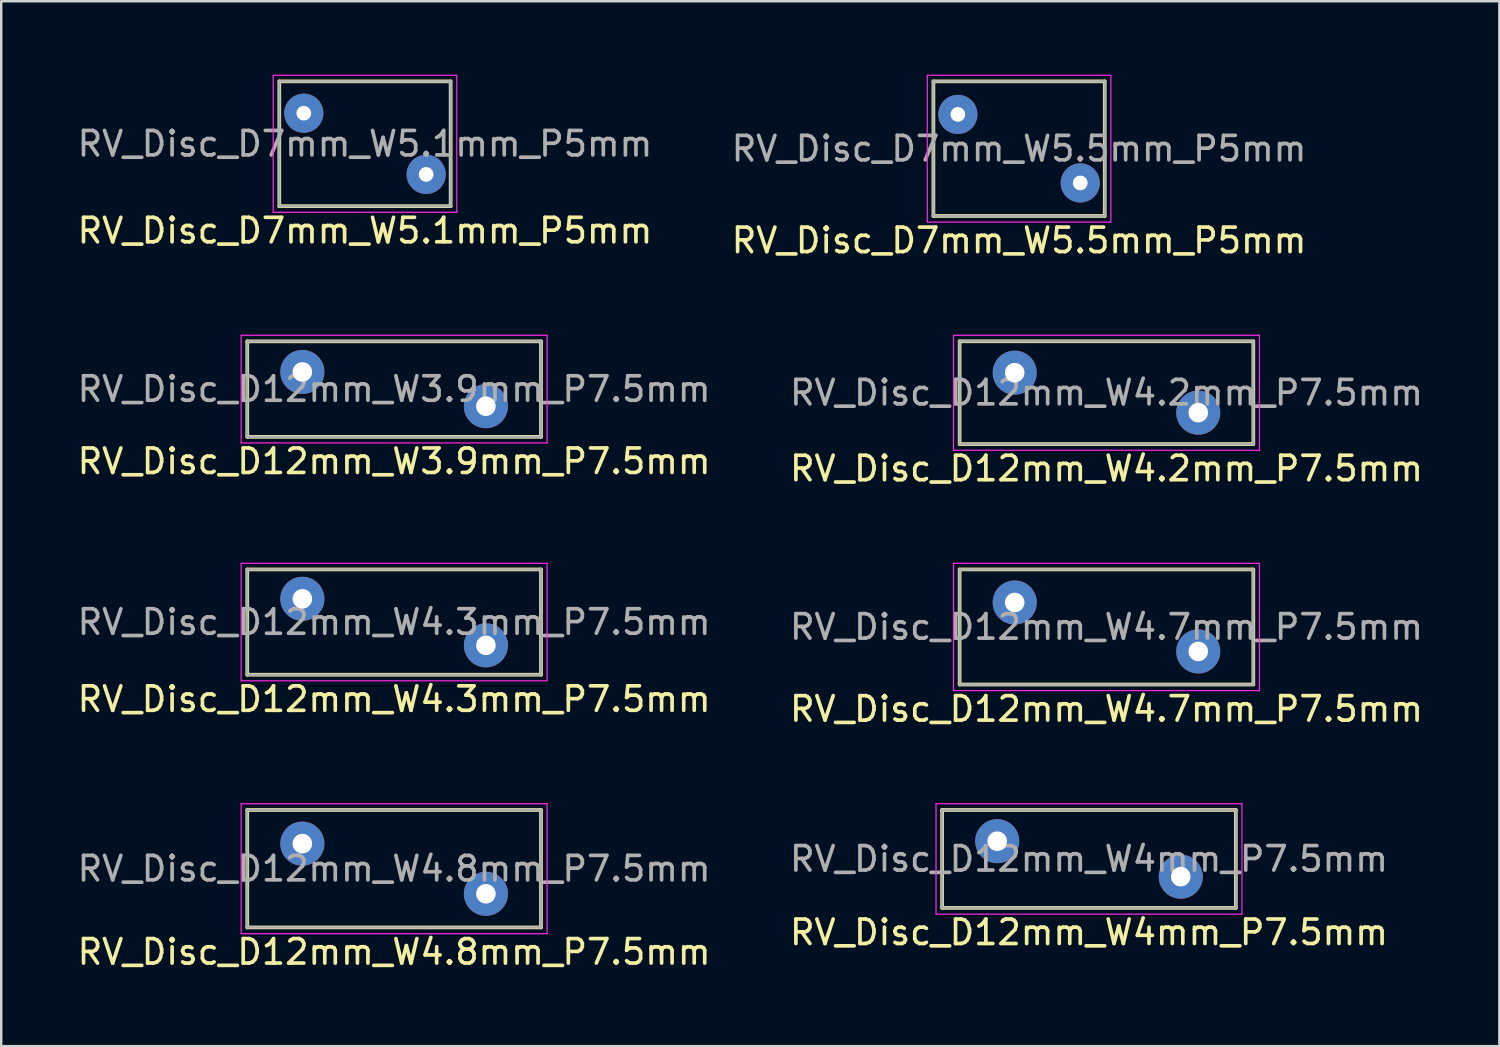
<source format=kicad_pcb>
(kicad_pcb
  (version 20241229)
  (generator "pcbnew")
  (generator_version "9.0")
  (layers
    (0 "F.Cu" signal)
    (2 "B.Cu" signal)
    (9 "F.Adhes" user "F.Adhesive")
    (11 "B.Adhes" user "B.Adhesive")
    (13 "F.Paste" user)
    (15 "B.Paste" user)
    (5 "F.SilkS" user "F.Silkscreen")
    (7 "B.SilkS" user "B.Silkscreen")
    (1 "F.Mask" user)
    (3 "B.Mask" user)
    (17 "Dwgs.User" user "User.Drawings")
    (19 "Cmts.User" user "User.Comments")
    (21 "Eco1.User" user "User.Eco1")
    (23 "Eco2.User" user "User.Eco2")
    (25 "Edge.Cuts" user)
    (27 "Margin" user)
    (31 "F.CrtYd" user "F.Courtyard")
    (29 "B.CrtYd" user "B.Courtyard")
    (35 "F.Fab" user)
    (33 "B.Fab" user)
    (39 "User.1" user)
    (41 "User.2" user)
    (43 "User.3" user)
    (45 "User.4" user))
  (footprint "RV_Disc_D12mm_W4.3mm_P7.5mm"
    (layer "F.Cu")
    (at 9.304 21.418)
    (property "Reference" "RV_Disc_D12mm_W4.3mm_P7.5mm" (at 3.75 4.1 0) (layer "F.SilkS") (effects (font (size 1 1) (thickness 0.15))))
    (attr through_hole)
    (fp_line (start -2.25 -1.2) (end -2.25 3.1) (stroke (width 0.15) (type solid)) (layer "F.SilkS"))
    (fp_line (start -2.25 -1.2) (end 9.75 -1.2) (stroke (width 0.15) (type solid)) (layer "F.SilkS"))
    (fp_line (start -2.25 3.1) (end 9.75 3.1) (stroke (width 0.15) (type solid)) (layer "F.SilkS"))
    (fp_line (start 9.75 -1.2) (end 9.75 3.1) (stroke (width 0.15) (type solid)) (layer "F.SilkS"))
    (fp_line (start -2.5 -1.45) (end -2.5 3.35) (stroke (width 0.05) (type solid)) (layer "F.CrtYd"))
    (fp_line (start -2.5 -1.45) (end 10 -1.45) (stroke (width 0.05) (type solid)) (layer "F.CrtYd"))
    (fp_line (start -2.5 3.35) (end 10 3.35) (stroke (width 0.05) (type solid)) (layer "F.CrtYd"))
    (fp_line (start 10 -1.45) (end 10 3.35) (stroke (width 0.05) (type solid)) (layer "F.CrtYd"))
    (fp_line (start -2.25 -1.2) (end -2.25 3.1) (stroke (width 0.1) (type solid)) (layer "F.Fab"))
    (fp_line (start -2.25 -1.2) (end 9.75 -1.2) (stroke (width 0.1) (type solid)) (layer "F.Fab"))
    (fp_line (start -2.25 3.1) (end 9.75 3.1) (stroke (width 0.1) (type solid)) (layer "F.Fab"))
    (fp_line (start 9.75 -1.2) (end 9.75 3.1) (stroke (width 0.1) (type solid)) (layer "F.Fab"))
    (fp_text user "${REFERENCE}" (at 3.75 0.95 0) (layer "F.Fab") (effects (font (size 1 1) (thickness 0.15))))
    (pad "1" thru_hole circle (at 0 0) (size 1.8 1.8) (drill 0.8) (layers "*.Cu" "*.Mask"))
    (pad "2" thru_hole circle (at 7.5 1.9) (size 1.8 1.8) (drill 0.8) (layers "*.Cu" "*.Mask")))
  (footprint "RV_Disc_D12mm_W4mm_P7.5mm"
    (layer "F.Cu")
    (at 37.696 31.321)
    (property "Reference" "RV_Disc_D12mm_W4mm_P7.5mm" (at 3.75 3.725 0) (layer "F.SilkS") (effects (font (size 1 1) (thickness 0.15))))
    (attr through_hole)
    (fp_line (start -2.25 -1.275) (end -2.25 2.725) (stroke (width 0.15) (type solid)) (layer "F.SilkS"))
    (fp_line (start -2.25 -1.275) (end 9.75 -1.275) (stroke (width 0.15) (type solid)) (layer "F.SilkS"))
    (fp_line (start -2.25 2.725) (end 9.75 2.725) (stroke (width 0.15) (type solid)) (layer "F.SilkS"))
    (fp_line (start 9.75 -1.275) (end 9.75 2.725) (stroke (width 0.15) (type solid)) (layer "F.SilkS"))
    (fp_line (start -2.5 -1.53) (end -2.5 2.98) (stroke (width 0.05) (type solid)) (layer "F.CrtYd"))
    (fp_line (start -2.5 -1.53) (end 10 -1.53) (stroke (width 0.05) (type solid)) (layer "F.CrtYd"))
    (fp_line (start -2.5 2.98) (end 10 2.98) (stroke (width 0.05) (type solid)) (layer "F.CrtYd"))
    (fp_line (start 10 -1.53) (end 10 2.98) (stroke (width 0.05) (type solid)) (layer "F.CrtYd"))
    (fp_line (start -2.25 -1.275) (end -2.25 2.725) (stroke (width 0.1) (type solid)) (layer "F.Fab"))
    (fp_line (start -2.25 -1.275) (end 9.75 -1.275) (stroke (width 0.1) (type solid)) (layer "F.Fab"))
    (fp_line (start -2.25 2.725) (end 9.75 2.725) (stroke (width 0.1) (type solid)) (layer "F.Fab"))
    (fp_line (start 9.75 -1.275) (end 9.75 2.725) (stroke (width 0.1) (type solid)) (layer "F.Fab"))
    (fp_text user "${REFERENCE}" (at 3.75 0.725 0) (layer "F.Fab") (effects (font (size 1 1) (thickness 0.15))))
    (pad "1" thru_hole circle (at 0 0) (size 1.8 1.8) (drill 0.8) (layers "*.Cu" "*.Mask"))
    (pad "2" thru_hole circle (at 7.5 1.45) (size 1.8 1.8) (drill 0.8) (layers "*.Cu" "*.Mask")))
  (footprint "RV_Disc_D12mm_W3.9mm_P7.5mm"
    (layer "F.Cu")
    (at 9.304 12.148)
    (property "Reference" "RV_Disc_D12mm_W3.9mm_P7.5mm" (at 3.75 3.65 0) (layer "F.SilkS") (effects (font (size 1 1) (thickness 0.15))))
    (attr through_hole)
    (fp_line (start -2.25 -1.25) (end -2.25 2.65) (stroke (width 0.15) (type solid)) (layer "F.SilkS"))
    (fp_line (start -2.25 -1.25) (end 9.75 -1.25) (stroke (width 0.15) (type solid)) (layer "F.SilkS"))
    (fp_line (start -2.25 2.65) (end 9.75 2.65) (stroke (width 0.15) (type solid)) (layer "F.SilkS"))
    (fp_line (start 9.75 -1.25) (end 9.75 2.65) (stroke (width 0.15) (type solid)) (layer "F.SilkS"))
    (fp_line (start -2.5 -1.5) (end -2.5 2.9) (stroke (width 0.05) (type solid)) (layer "F.CrtYd"))
    (fp_line (start -2.5 -1.5) (end 10 -1.5) (stroke (width 0.05) (type solid)) (layer "F.CrtYd"))
    (fp_line (start -2.5 2.9) (end 10 2.9) (stroke (width 0.05) (type solid)) (layer "F.CrtYd"))
    (fp_line (start 10 -1.5) (end 10 2.9) (stroke (width 0.05) (type solid)) (layer "F.CrtYd"))
    (fp_line (start -2.25 -1.25) (end -2.25 2.65) (stroke (width 0.1) (type solid)) (layer "F.Fab"))
    (fp_line (start -2.25 -1.25) (end 9.75 -1.25) (stroke (width 0.1) (type solid)) (layer "F.Fab"))
    (fp_line (start -2.25 2.65) (end 9.75 2.65) (stroke (width 0.1) (type solid)) (layer "F.Fab"))
    (fp_line (start 9.75 -1.25) (end 9.75 2.65) (stroke (width 0.1) (type solid)) (layer "F.Fab"))
    (fp_text user "${REFERENCE}" (at 3.75 0.7 0) (layer "F.Fab") (effects (font (size 1 1) (thickness 0.15))))
    (pad "1" thru_hole circle (at 0 0) (size 1.8 1.8) (drill 0.8) (layers "*.Cu" "*.Mask"))
    (pad "2" thru_hole circle (at 7.5 1.4) (size 1.8 1.8) (drill 0.8) (layers "*.Cu" "*.Mask")))
  (footprint "RV_Disc_D7mm_W5.5mm_P5mm"
    (layer "F.Cu")
    (at 36.089 1.625)
    (property "Reference" "RV_Disc_D7mm_W5.5mm_P5mm" (at 2.5 5.15 0) (layer "F.SilkS") (effects (font (size 1 1) (thickness 0.15))))
    (attr through_hole)
    (fp_line (start -1 -1.35) (end -1 4.15) (stroke (width 0.15) (type solid)) (layer "F.SilkS"))
    (fp_line (start -1 -1.35) (end 6 -1.35) (stroke (width 0.15) (type solid)) (layer "F.SilkS"))
    (fp_line (start -1 4.15) (end 6 4.15) (stroke (width 0.15) (type solid)) (layer "F.SilkS"))
    (fp_line (start 6 -1.35) (end 6 4.15) (stroke (width 0.15) (type solid)) (layer "F.SilkS"))
    (fp_line (start -1.25 -1.6) (end -1.25 4.4) (stroke (width 0.05) (type solid)) (layer "F.CrtYd"))
    (fp_line (start -1.25 -1.6) (end 6.25 -1.6) (stroke (width 0.05) (type solid)) (layer "F.CrtYd"))
    (fp_line (start -1.25 4.4) (end 6.25 4.4) (stroke (width 0.05) (type solid)) (layer "F.CrtYd"))
    (fp_line (start 6.25 -1.6) (end 6.25 4.4) (stroke (width 0.05) (type solid)) (layer "F.CrtYd"))
    (fp_line (start -1 -1.35) (end -1 4.15) (stroke (width 0.1) (type solid)) (layer "F.Fab"))
    (fp_line (start -1 -1.35) (end 6 -1.35) (stroke (width 0.1) (type solid)) (layer "F.Fab"))
    (fp_line (start -1 4.15) (end 6 4.15) (stroke (width 0.1) (type solid)) (layer "F.Fab"))
    (fp_line (start 6 -1.35) (end 6 4.15) (stroke (width 0.1) (type solid)) (layer "F.Fab"))
    (fp_text user "${REFERENCE}" (at 2.5 1.4 0) (layer "F.Fab") (effects (font (size 1 1) (thickness 0.15))))
    (pad "1" thru_hole circle (at 0 0) (size 1.6 1.6) (drill 0.6) (layers "*.Cu" "*.Mask"))
    (pad "2" thru_hole circle (at 5 2.8) (size 1.6 1.6) (drill 0.6) (layers "*.Cu" "*.Mask")))
  (footprint "RV_Disc_D7mm_W5.1mm_P5mm"
    (layer "F.Cu")
    (at 9.363 1.575)
    (property "Reference" "RV_Disc_D7mm_W5.1mm_P5mm" (at 2.5 4.8 0) (layer "F.SilkS") (effects (font (size 1 1) (thickness 0.15))))
    (attr through_hole)
    (fp_line (start -1 -1.3) (end -1 3.8) (stroke (width 0.15) (type solid)) (layer "F.SilkS"))
    (fp_line (start -1 -1.3) (end 6 -1.3) (stroke (width 0.15) (type solid)) (layer "F.SilkS"))
    (fp_line (start -1 3.8) (end 6 3.8) (stroke (width 0.15) (type solid)) (layer "F.SilkS"))
    (fp_line (start 6 -1.3) (end 6 3.8) (stroke (width 0.15) (type solid)) (layer "F.SilkS"))
    (fp_line (start -1.25 -1.55) (end -1.25 4.05) (stroke (width 0.05) (type solid)) (layer "F.CrtYd"))
    (fp_line (start -1.25 -1.55) (end 6.25 -1.55) (stroke (width 0.05) (type solid)) (layer "F.CrtYd"))
    (fp_line (start -1.25 4.05) (end 6.25 4.05) (stroke (width 0.05) (type solid)) (layer "F.CrtYd"))
    (fp_line (start 6.25 -1.55) (end 6.25 4.05) (stroke (width 0.05) (type solid)) (layer "F.CrtYd"))
    (fp_line (start -1 -1.3) (end -1 3.8) (stroke (width 0.1) (type solid)) (layer "F.Fab"))
    (fp_line (start -1 -1.3) (end 6 -1.3) (stroke (width 0.1) (type solid)) (layer "F.Fab"))
    (fp_line (start -1 3.8) (end 6 3.8) (stroke (width 0.1) (type solid)) (layer "F.Fab"))
    (fp_line (start 6 -1.3) (end 6 3.8) (stroke (width 0.1) (type solid)) (layer "F.Fab"))
    (fp_text user "${REFERENCE}" (at 2.5 1.25 0) (layer "F.Fab") (effects (font (size 1 1) (thickness 0.15))))
    (pad "1" thru_hole circle (at 0 0) (size 1.6 1.6) (drill 0.6) (layers "*.Cu" "*.Mask"))
    (pad "2" thru_hole circle (at 5 2.5) (size 1.6 1.6) (drill 0.6) (layers "*.Cu" "*.Mask")))
  (footprint "RV_Disc_D12mm_W4.7mm_P7.5mm"
    (layer "F.Cu")
    (at 38.411 21.568)
    (property "Reference" "RV_Disc_D12mm_W4.7mm_P7.5mm" (at 3.75 4.35 0) (layer "F.SilkS") (effects (font (size 1 1) (thickness 0.15))))
    (attr through_hole)
    (fp_line (start -2.25 -1.35) (end -2.25 3.35) (stroke (width 0.15) (type solid)) (layer "F.SilkS"))
    (fp_line (start -2.25 -1.35) (end 9.75 -1.35) (stroke (width 0.15) (type solid)) (layer "F.SilkS"))
    (fp_line (start -2.25 3.35) (end 9.75 3.35) (stroke (width 0.15) (type solid)) (layer "F.SilkS"))
    (fp_line (start 9.75 -1.35) (end 9.75 3.35) (stroke (width 0.15) (type solid)) (layer "F.SilkS"))
    (fp_line (start -2.5 -1.6) (end -2.5 3.6) (stroke (width 0.05) (type solid)) (layer "F.CrtYd"))
    (fp_line (start -2.5 -1.6) (end 10 -1.6) (stroke (width 0.05) (type solid)) (layer "F.CrtYd"))
    (fp_line (start -2.5 3.6) (end 10 3.6) (stroke (width 0.05) (type solid)) (layer "F.CrtYd"))
    (fp_line (start 10 -1.6) (end 10 3.6) (stroke (width 0.05) (type solid)) (layer "F.CrtYd"))
    (fp_line (start -2.25 -1.35) (end -2.25 3.35) (stroke (width 0.1) (type solid)) (layer "F.Fab"))
    (fp_line (start -2.25 -1.35) (end 9.75 -1.35) (stroke (width 0.1) (type solid)) (layer "F.Fab"))
    (fp_line (start -2.25 3.35) (end 9.75 3.35) (stroke (width 0.1) (type solid)) (layer "F.Fab"))
    (fp_line (start 9.75 -1.35) (end 9.75 3.35) (stroke (width 0.1) (type solid)) (layer "F.Fab"))
    (fp_text user "${REFERENCE}" (at 3.75 1 0) (layer "F.Fab") (effects (font (size 1 1) (thickness 0.15))))
    (pad "1" thru_hole circle (at 0 0) (size 1.8 1.8) (drill 0.8) (layers "*.Cu" "*.Mask"))
    (pad "2" thru_hole circle (at 7.5 2) (size 1.8 1.8) (drill 0.8) (layers "*.Cu" "*.Mask")))
  (footprint "RV_Disc_D12mm_W4.2mm_P7.5mm"
    (layer "F.Cu")
    (at 38.411 12.178)
    (property "Reference" "RV_Disc_D12mm_W4.2mm_P7.5mm" (at 3.75 3.917 0) (layer "F.SilkS") (effects (font (size 1 1) (thickness 0.15))))
    (attr through_hole)
    (fp_line (start -2.25 -1.283) (end -2.25 2.917) (stroke (width 0.15) (type solid)) (layer "F.SilkS"))
    (fp_line (start -2.25 -1.283) (end 9.75 -1.283) (stroke (width 0.15) (type solid)) (layer "F.SilkS"))
    (fp_line (start -2.25 2.917) (end 9.75 2.917) (stroke (width 0.15) (type solid)) (layer "F.SilkS"))
    (fp_line (start 9.75 -1.283) (end 9.75 2.917) (stroke (width 0.15) (type solid)) (layer "F.SilkS"))
    (fp_line (start -2.5 -1.53) (end -2.5 3.17) (stroke (width 0.05) (type solid)) (layer "F.CrtYd"))
    (fp_line (start -2.5 -1.53) (end 10 -1.53) (stroke (width 0.05) (type solid)) (layer "F.CrtYd"))
    (fp_line (start -2.5 3.17) (end 10 3.17) (stroke (width 0.05) (type solid)) (layer "F.CrtYd"))
    (fp_line (start 10 -1.53) (end 10 3.17) (stroke (width 0.05) (type solid)) (layer "F.CrtYd"))
    (fp_line (start -2.25 -1.283) (end -2.25 2.917) (stroke (width 0.1) (type solid)) (layer "F.Fab"))
    (fp_line (start -2.25 -1.283) (end 9.75 -1.283) (stroke (width 0.1) (type solid)) (layer "F.Fab"))
    (fp_line (start -2.25 2.917) (end 9.75 2.917) (stroke (width 0.1) (type solid)) (layer "F.Fab"))
    (fp_line (start 9.75 -1.283) (end 9.75 2.917) (stroke (width 0.1) (type solid)) (layer "F.Fab"))
    (fp_text user "${REFERENCE}" (at 3.75 0.817 0) (layer "F.Fab") (effects (font (size 1 1) (thickness 0.15))))
    (pad "1" thru_hole circle (at 0 0) (size 1.8 1.8) (drill 0.8) (layers "*.Cu" "*.Mask"))
    (pad "2" thru_hole circle (at 7.5 1.633) (size 1.8 1.8) (drill 0.8) (layers "*.Cu" "*.Mask")))
  (footprint "RV_Disc_D12mm_W4.8mm_P7.5mm"
    (layer "F.Cu")
    (at 9.304 31.421)
    (property "Reference" "RV_Disc_D12mm_W4.8mm_P7.5mm" (at 3.75 4.425 0) (layer "F.SilkS") (effects (font (size 1 1) (thickness 0.15))))
    (attr through_hole)
    (fp_line (start -2.25 -1.375) (end -2.25 3.425) (stroke (width 0.15) (type solid)) (layer "F.SilkS"))
    (fp_line (start -2.25 -1.375) (end 9.75 -1.375) (stroke (width 0.15) (type solid)) (layer "F.SilkS"))
    (fp_line (start -2.25 3.425) (end 9.75 3.425) (stroke (width 0.15) (type solid)) (layer "F.SilkS"))
    (fp_line (start 9.75 -1.375) (end 9.75 3.425) (stroke (width 0.15) (type solid)) (layer "F.SilkS"))
    (fp_line (start -2.5 -1.63) (end -2.5 3.68) (stroke (width 0.05) (type solid)) (layer "F.CrtYd"))
    (fp_line (start -2.5 -1.63) (end 10 -1.63) (stroke (width 0.05) (type solid)) (layer "F.CrtYd"))
    (fp_line (start -2.5 3.68) (end 10 3.68) (stroke (width 0.05) (type solid)) (layer "F.CrtYd"))
    (fp_line (start 10 -1.63) (end 10 3.68) (stroke (width 0.05) (type solid)) (layer "F.CrtYd"))
    (fp_line (start -2.25 -1.375) (end -2.25 3.425) (stroke (width 0.1) (type solid)) (layer "F.Fab"))
    (fp_line (start -2.25 -1.375) (end 9.75 -1.375) (stroke (width 0.1) (type solid)) (layer "F.Fab"))
    (fp_line (start -2.25 3.425) (end 9.75 3.425) (stroke (width 0.1) (type solid)) (layer "F.Fab"))
    (fp_line (start 9.75 -1.375) (end 9.75 3.425) (stroke (width 0.1) (type solid)) (layer "F.Fab"))
    (fp_text user "${REFERENCE}" (at 3.75 1.025 0) (layer "F.Fab") (effects (font (size 1 1) (thickness 0.15))))
    (pad "1" thru_hole circle (at 0 0) (size 1.8 1.8) (drill 0.8) (layers "*.Cu" "*.Mask"))
    (pad "2" thru_hole circle (at 7.5 2.05) (size 1.8 1.8) (drill 0.8) (layers "*.Cu" "*.Mask")))
  (gr_rect
    (start -3 -3)
    (end 58.214 39.695)
    (stroke (width 0.1) (type default))
    (fill no)
    (layer "Edge.Cuts")))
</source>
